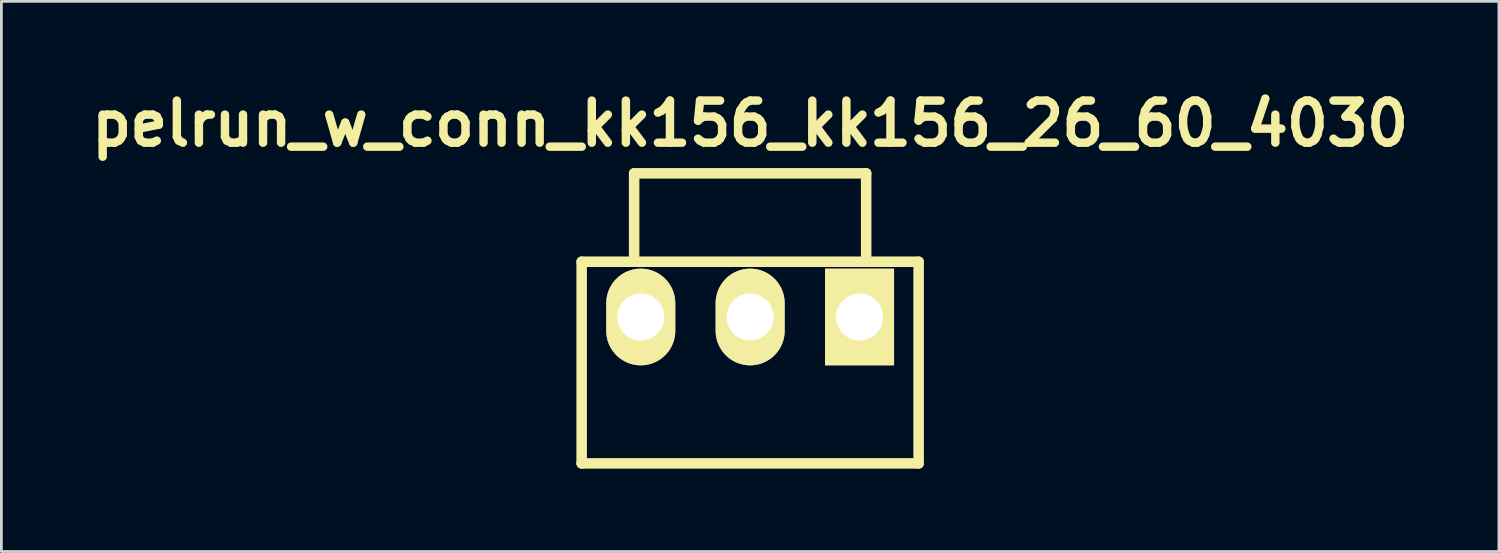
<source format=kicad_pcb>
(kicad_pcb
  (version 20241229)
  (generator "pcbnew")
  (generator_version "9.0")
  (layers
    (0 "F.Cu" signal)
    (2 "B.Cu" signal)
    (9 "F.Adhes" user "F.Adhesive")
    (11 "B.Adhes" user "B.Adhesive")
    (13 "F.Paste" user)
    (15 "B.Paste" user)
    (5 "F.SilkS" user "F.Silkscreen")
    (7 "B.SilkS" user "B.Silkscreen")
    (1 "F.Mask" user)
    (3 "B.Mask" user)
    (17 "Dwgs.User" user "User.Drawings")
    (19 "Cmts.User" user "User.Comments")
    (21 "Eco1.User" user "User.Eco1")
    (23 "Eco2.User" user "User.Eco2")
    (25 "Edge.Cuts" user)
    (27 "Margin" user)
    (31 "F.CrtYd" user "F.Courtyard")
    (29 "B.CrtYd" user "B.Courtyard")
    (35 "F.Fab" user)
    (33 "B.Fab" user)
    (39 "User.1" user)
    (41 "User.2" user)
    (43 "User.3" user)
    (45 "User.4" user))
  (footprint "pelrun_w_conn_kk156_kk156_26_60_4030"
    (layer "F.Cu")
    (at 24.108 8.426)
    (property "Reference" "pelrun_w_conn_kk156_kk156_26_60_4030" (at 0 -7 0) (layer "F.SilkS") (effects (font (size 1.524 1.524) (thickness 0.305))))
    (attr through_hole)
    (fp_line (start -6.1 -2) (end 6.1 -2) (stroke (width 0.381) (type solid)) (layer "F.SilkS"))
    (fp_line (start -6.1 5.3) (end -6.1 -2) (stroke (width 0.381) (type solid)) (layer "F.SilkS"))
    (fp_line (start -6.1 5.3) (end 6.1 5.3) (stroke (width 0.381) (type solid)) (layer "F.SilkS"))
    (fp_line (start -4.2 -5.2) (end 4.2 -5.2) (stroke (width 0.381) (type solid)) (layer "F.SilkS"))
    (fp_line (start -4.2 -2) (end -4.2 -5.2) (stroke (width 0.381) (type solid)) (layer "F.SilkS"))
    (fp_line (start 4.2 -5.2) (end 4.2 -2) (stroke (width 0.381) (type solid)) (layer "F.SilkS"))
    (fp_line (start 6.1 -2) (end 6.1 5.3) (stroke (width 0.381) (type solid)) (layer "F.SilkS"))
    (pad "1" thru_hole rect (at 3.96 0) (size 2.5 3.5) (drill 1.7) (layers "*.Cu" "*.Mask" "F.SilkS"))
    (pad "2" thru_hole oval (at 0 0) (size 2.5 3.5) (drill 1.7) (layers "*.Cu" "*.Mask" "F.SilkS"))
    (pad "3" thru_hole oval (at -3.96 0) (size 2.5 3.5) (drill 1.7) (layers "*.Cu" "*.Mask" "F.SilkS")))
  (gr_rect
    (start -3 -3)
    (end 51.216 16.917)
    (stroke (width 0.1) (type default))
    (fill no)
    (layer "Edge.Cuts")))
</source>
